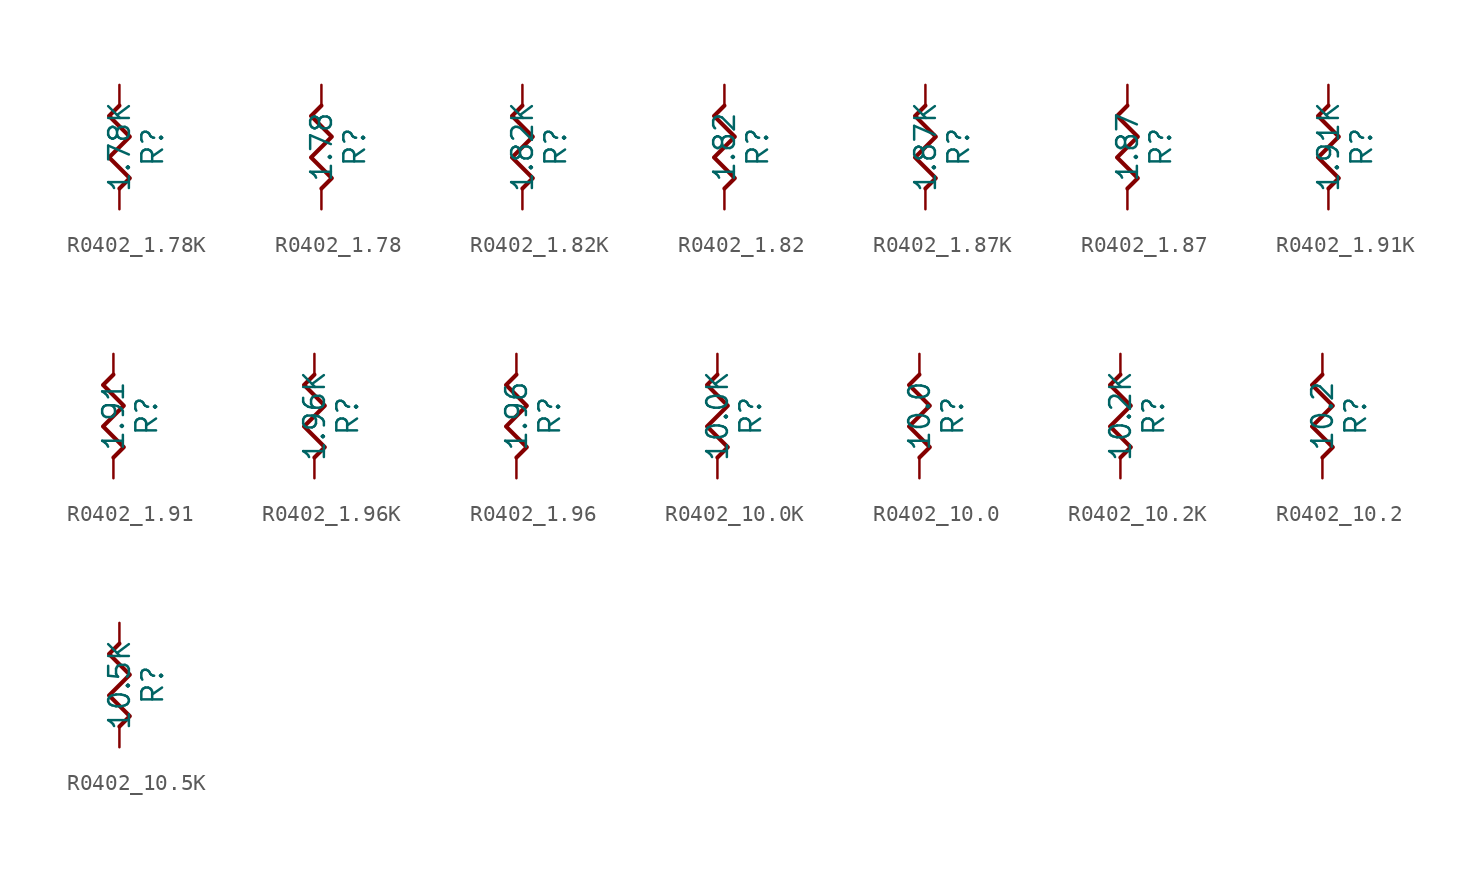
<source format=kicad_sym>
(kicad_symbol_lib
  (version 20211014)
  (generator atlantix-eda)
  (symbol "R0402_1.78K"
    (pin_numbers hide)
    (pin_names
      (offset 0))
    (property "Reference" "R"
      (at 2.032 0 90)
      (effects (font (size 1.27 1.27))))
    (property "Value" "1.78K"
      (at 0 0 90)
      (effects (font (size 1.27 1.27))))
    (symbol "R0402_1.78K_0_1"
      (polyline (pts (xy 0 -2.54) (xy 0.635 -1.905) (xy -0.635 -0.635) (xy 0.635 0.635) (xy -0.635 1.905) (xy 0 2.54)) (stroke (width 0.254) (type default) (color 0 0 0 0)) (fill (type none))))
    (symbol "R0402_1.78K_1_1"
      (pin passive line (at 0 3.81 270) (length 1.27) (name "~" (effects (font (size 1.27 1.27)))) (number "1" (effects (font (size 1.27 1.27)))))
      (pin passive line (at 0 -3.81 90) (length 1.27) (name "~" (effects (font (size 1.27 1.27)))) (number "2" (effects (font (size 1.27 1.27)))))))
  (symbol "R0402_1.78"
    (pin_numbers hide)
    (pin_names
      (offset 0))
    (property "Reference" "R"
      (at 2.032 0 90)
      (effects (font (size 1.27 1.27))))
    (property "Value" "1.78"
      (at 0 0 90)
      (effects (font (size 1.27 1.27))))
    (symbol "R0402_1.78_0_1"
      (polyline (pts (xy 0 -2.54) (xy 0.635 -1.905) (xy -0.635 -0.635) (xy 0.635 0.635) (xy -0.635 1.905) (xy 0 2.54)) (stroke (width 0.254) (type default) (color 0 0 0 0)) (fill (type none))))
    (symbol "R0402_1.78_1_1"
      (pin passive line (at 0 3.81 270) (length 1.27) (name "~" (effects (font (size 1.27 1.27)))) (number "1" (effects (font (size 1.27 1.27)))))
      (pin passive line (at 0 -3.81 90) (length 1.27) (name "~" (effects (font (size 1.27 1.27)))) (number "2" (effects (font (size 1.27 1.27)))))))
  (symbol "R0402_1.82K"
    (pin_numbers hide)
    (pin_names
      (offset 0))
    (property "Reference" "R"
      (at 2.032 0 90)
      (effects (font (size 1.27 1.27))))
    (property "Value" "1.82K"
      (at 0 0 90)
      (effects (font (size 1.27 1.27))))
    (symbol "R0402_1.82K_0_1"
      (polyline (pts (xy 0 -2.54) (xy 0.635 -1.905) (xy -0.635 -0.635) (xy 0.635 0.635) (xy -0.635 1.905) (xy 0 2.54)) (stroke (width 0.254) (type default) (color 0 0 0 0)) (fill (type none))))
    (symbol "R0402_1.82K_1_1"
      (pin passive line (at 0 3.81 270) (length 1.27) (name "~" (effects (font (size 1.27 1.27)))) (number "1" (effects (font (size 1.27 1.27)))))
      (pin passive line (at 0 -3.81 90) (length 1.27) (name "~" (effects (font (size 1.27 1.27)))) (number "2" (effects (font (size 1.27 1.27)))))))
  (symbol "R0402_1.82"
    (pin_numbers hide)
    (pin_names
      (offset 0))
    (property "Reference" "R"
      (at 2.032 0 90)
      (effects (font (size 1.27 1.27))))
    (property "Value" "1.82"
      (at 0 0 90)
      (effects (font (size 1.27 1.27))))
    (symbol "R0402_1.82_0_1"
      (polyline (pts (xy 0 -2.54) (xy 0.635 -1.905) (xy -0.635 -0.635) (xy 0.635 0.635) (xy -0.635 1.905) (xy 0 2.54)) (stroke (width 0.254) (type default) (color 0 0 0 0)) (fill (type none))))
    (symbol "R0402_1.82_1_1"
      (pin passive line (at 0 3.81 270) (length 1.27) (name "~" (effects (font (size 1.27 1.27)))) (number "1" (effects (font (size 1.27 1.27)))))
      (pin passive line (at 0 -3.81 90) (length 1.27) (name "~" (effects (font (size 1.27 1.27)))) (number "2" (effects (font (size 1.27 1.27)))))))
  (symbol "R0402_1.87K"
    (pin_numbers hide)
    (pin_names
      (offset 0))
    (property "Reference" "R"
      (at 2.032 0 90)
      (effects (font (size 1.27 1.27))))
    (property "Value" "1.87K"
      (at 0 0 90)
      (effects (font (size 1.27 1.27))))
    (symbol "R0402_1.87K_0_1"
      (polyline (pts (xy 0 -2.54) (xy 0.635 -1.905) (xy -0.635 -0.635) (xy 0.635 0.635) (xy -0.635 1.905) (xy 0 2.54)) (stroke (width 0.254) (type default) (color 0 0 0 0)) (fill (type none))))
    (symbol "R0402_1.87K_1_1"
      (pin passive line (at 0 3.81 270) (length 1.27) (name "~" (effects (font (size 1.27 1.27)))) (number "1" (effects (font (size 1.27 1.27)))))
      (pin passive line (at 0 -3.81 90) (length 1.27) (name "~" (effects (font (size 1.27 1.27)))) (number "2" (effects (font (size 1.27 1.27)))))))
  (symbol "R0402_1.87"
    (pin_numbers hide)
    (pin_names
      (offset 0))
    (property "Reference" "R"
      (at 2.032 0 90)
      (effects (font (size 1.27 1.27))))
    (property "Value" "1.87"
      (at 0 0 90)
      (effects (font (size 1.27 1.27))))
    (symbol "R0402_1.87_0_1"
      (polyline (pts (xy 0 -2.54) (xy 0.635 -1.905) (xy -0.635 -0.635) (xy 0.635 0.635) (xy -0.635 1.905) (xy 0 2.54)) (stroke (width 0.254) (type default) (color 0 0 0 0)) (fill (type none))))
    (symbol "R0402_1.87_1_1"
      (pin passive line (at 0 3.81 270) (length 1.27) (name "~" (effects (font (size 1.27 1.27)))) (number "1" (effects (font (size 1.27 1.27)))))
      (pin passive line (at 0 -3.81 90) (length 1.27) (name "~" (effects (font (size 1.27 1.27)))) (number "2" (effects (font (size 1.27 1.27)))))))
  (symbol "R0402_1.91K"
    (pin_numbers hide)
    (pin_names
      (offset 0))
    (property "Reference" "R"
      (at 2.032 0 90)
      (effects (font (size 1.27 1.27))))
    (property "Value" "1.91K"
      (at 0 0 90)
      (effects (font (size 1.27 1.27))))
    (symbol "R0402_1.91K_0_1"
      (polyline (pts (xy 0 -2.54) (xy 0.635 -1.905) (xy -0.635 -0.635) (xy 0.635 0.635) (xy -0.635 1.905) (xy 0 2.54)) (stroke (width 0.254) (type default) (color 0 0 0 0)) (fill (type none))))
    (symbol "R0402_1.91K_1_1"
      (pin passive line (at 0 3.81 270) (length 1.27) (name "~" (effects (font (size 1.27 1.27)))) (number "1" (effects (font (size 1.27 1.27)))))
      (pin passive line (at 0 -3.81 90) (length 1.27) (name "~" (effects (font (size 1.27 1.27)))) (number "2" (effects (font (size 1.27 1.27)))))))
  (symbol "R0402_1.91"
    (pin_numbers hide)
    (pin_names
      (offset 0))
    (property "Reference" "R"
      (at 2.032 0 90)
      (effects (font (size 1.27 1.27))))
    (property "Value" "1.91"
      (at 0 0 90)
      (effects (font (size 1.27 1.27))))
    (symbol "R0402_1.91_0_1"
      (polyline (pts (xy 0 -2.54) (xy 0.635 -1.905) (xy -0.635 -0.635) (xy 0.635 0.635) (xy -0.635 1.905) (xy 0 2.54)) (stroke (width 0.254) (type default) (color 0 0 0 0)) (fill (type none))))
    (symbol "R0402_1.91_1_1"
      (pin passive line (at 0 3.81 270) (length 1.27) (name "~" (effects (font (size 1.27 1.27)))) (number "1" (effects (font (size 1.27 1.27)))))
      (pin passive line (at 0 -3.81 90) (length 1.27) (name "~" (effects (font (size 1.27 1.27)))) (number "2" (effects (font (size 1.27 1.27)))))))
  (symbol "R0402_1.96K"
    (pin_numbers hide)
    (pin_names
      (offset 0))
    (property "Reference" "R"
      (at 2.032 0 90)
      (effects (font (size 1.27 1.27))))
    (property "Value" "1.96K"
      (at 0 0 90)
      (effects (font (size 1.27 1.27))))
    (symbol "R0402_1.96K_0_1"
      (polyline (pts (xy 0 -2.54) (xy 0.635 -1.905) (xy -0.635 -0.635) (xy 0.635 0.635) (xy -0.635 1.905) (xy 0 2.54)) (stroke (width 0.254) (type default) (color 0 0 0 0)) (fill (type none))))
    (symbol "R0402_1.96K_1_1"
      (pin passive line (at 0 3.81 270) (length 1.27) (name "~" (effects (font (size 1.27 1.27)))) (number "1" (effects (font (size 1.27 1.27)))))
      (pin passive line (at 0 -3.81 90) (length 1.27) (name "~" (effects (font (size 1.27 1.27)))) (number "2" (effects (font (size 1.27 1.27)))))))
  (symbol "R0402_1.96"
    (pin_numbers hide)
    (pin_names
      (offset 0))
    (property "Reference" "R"
      (at 2.032 0 90)
      (effects (font (size 1.27 1.27))))
    (property "Value" "1.96"
      (at 0 0 90)
      (effects (font (size 1.27 1.27))))
    (symbol "R0402_1.96_0_1"
      (polyline (pts (xy 0 -2.54) (xy 0.635 -1.905) (xy -0.635 -0.635) (xy 0.635 0.635) (xy -0.635 1.905) (xy 0 2.54)) (stroke (width 0.254) (type default) (color 0 0 0 0)) (fill (type none))))
    (symbol "R0402_1.96_1_1"
      (pin passive line (at 0 3.81 270) (length 1.27) (name "~" (effects (font (size 1.27 1.27)))) (number "1" (effects (font (size 1.27 1.27)))))
      (pin passive line (at 0 -3.81 90) (length 1.27) (name "~" (effects (font (size 1.27 1.27)))) (number "2" (effects (font (size 1.27 1.27)))))))
  (symbol "R0402_10.0K"
    (pin_numbers hide)
    (pin_names
      (offset 0))
    (property "Reference" "R"
      (at 2.032 0 90)
      (effects (font (size 1.27 1.27))))
    (property "Value" "10.0K"
      (at 0 0 90)
      (effects (font (size 1.27 1.27))))
    (symbol "R0402_10.0K_0_1"
      (polyline (pts (xy 0 -2.54) (xy 0.635 -1.905) (xy -0.635 -0.635) (xy 0.635 0.635) (xy -0.635 1.905) (xy 0 2.54)) (stroke (width 0.254) (type default) (color 0 0 0 0)) (fill (type none))))
    (symbol "R0402_10.0K_1_1"
      (pin passive line (at 0 3.81 270) (length 1.27) (name "~" (effects (font (size 1.27 1.27)))) (number "1" (effects (font (size 1.27 1.27)))))
      (pin passive line (at 0 -3.81 90) (length 1.27) (name "~" (effects (font (size 1.27 1.27)))) (number "2" (effects (font (size 1.27 1.27)))))))
  (symbol "R0402_10.0"
    (pin_numbers hide)
    (pin_names
      (offset 0))
    (property "Reference" "R"
      (at 2.032 0 90)
      (effects (font (size 1.27 1.27))))
    (property "Value" "10.0"
      (at 0 0 90)
      (effects (font (size 1.27 1.27))))
    (symbol "R0402_10.0_0_1"
      (polyline (pts (xy 0 -2.54) (xy 0.635 -1.905) (xy -0.635 -0.635) (xy 0.635 0.635) (xy -0.635 1.905) (xy 0 2.54)) (stroke (width 0.254) (type default) (color 0 0 0 0)) (fill (type none))))
    (symbol "R0402_10.0_1_1"
      (pin passive line (at 0 3.81 270) (length 1.27) (name "~" (effects (font (size 1.27 1.27)))) (number "1" (effects (font (size 1.27 1.27)))))
      (pin passive line (at 0 -3.81 90) (length 1.27) (name "~" (effects (font (size 1.27 1.27)))) (number "2" (effects (font (size 1.27 1.27)))))))
  (symbol "R0402_10.2K"
    (pin_numbers hide)
    (pin_names
      (offset 0))
    (property "Reference" "R"
      (at 2.032 0 90)
      (effects (font (size 1.27 1.27))))
    (property "Value" "10.2K"
      (at 0 0 90)
      (effects (font (size 1.27 1.27))))
    (symbol "R0402_10.2K_0_1"
      (polyline (pts (xy 0 -2.54) (xy 0.635 -1.905) (xy -0.635 -0.635) (xy 0.635 0.635) (xy -0.635 1.905) (xy 0 2.54)) (stroke (width 0.254) (type default) (color 0 0 0 0)) (fill (type none))))
    (symbol "R0402_10.2K_1_1"
      (pin passive line (at 0 3.81 270) (length 1.27) (name "~" (effects (font (size 1.27 1.27)))) (number "1" (effects (font (size 1.27 1.27)))))
      (pin passive line (at 0 -3.81 90) (length 1.27) (name "~" (effects (font (size 1.27 1.27)))) (number "2" (effects (font (size 1.27 1.27)))))))
  (symbol "R0402_10.2"
    (pin_numbers hide)
    (pin_names
      (offset 0))
    (property "Reference" "R"
      (at 2.032 0 90)
      (effects (font (size 1.27 1.27))))
    (property "Value" "10.2"
      (at 0 0 90)
      (effects (font (size 1.27 1.27))))
    (symbol "R0402_10.2_0_1"
      (polyline (pts (xy 0 -2.54) (xy 0.635 -1.905) (xy -0.635 -0.635) (xy 0.635 0.635) (xy -0.635 1.905) (xy 0 2.54)) (stroke (width 0.254) (type default) (color 0 0 0 0)) (fill (type none))))
    (symbol "R0402_10.2_1_1"
      (pin passive line (at 0 3.81 270) (length 1.27) (name "~" (effects (font (size 1.27 1.27)))) (number "1" (effects (font (size 1.27 1.27)))))
      (pin passive line (at 0 -3.81 90) (length 1.27) (name "~" (effects (font (size 1.27 1.27)))) (number "2" (effects (font (size 1.27 1.27)))))))
  (symbol "R0402_10.5K"
    (pin_numbers hide)
    (pin_names
      (offset 0))
    (property "Reference" "R"
      (at 2.032 0 90)
      (effects (font (size 1.27 1.27))))
    (property "Value" "10.5K"
      (at 0 0 90)
      (effects (font (size 1.27 1.27))))
    (symbol "R0402_10.5K_0_1"
      (polyline (pts (xy 0 -2.54) (xy 0.635 -1.905) (xy -0.635 -0.635) (xy 0.635 0.635) (xy -0.635 1.905) (xy 0 2.54)) (stroke (width 0.254) (type default) (color 0 0 0 0)) (fill (type none))))
    (symbol "R0402_10.5K_1_1"
      (pin passive line (at 0 3.81 270) (length 1.27) (name "~" (effects (font (size 1.27 1.27)))) (number "1" (effects (font (size 1.27 1.27)))))
      (pin passive line (at 0 -3.81 90) (length 1.27) (name "~" (effects (font (size 1.27 1.27)))) (number "2" (effects (font (size 1.27 1.27))))))))
</source>
